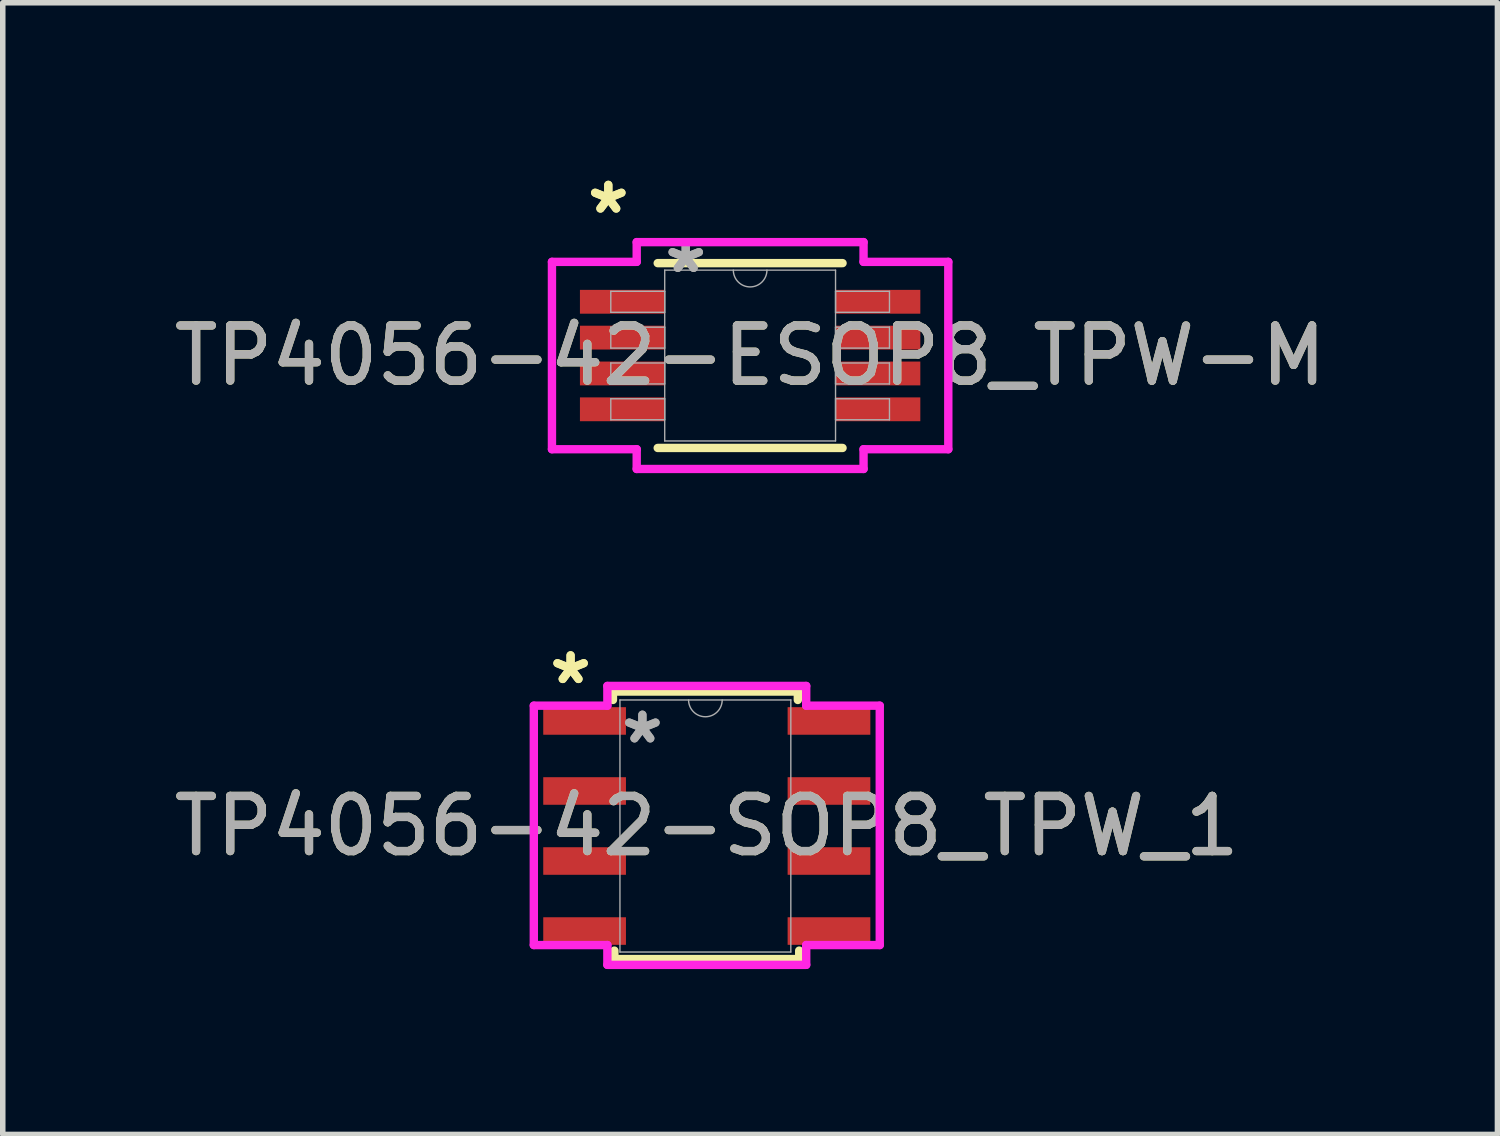
<source format=kicad_pcb>
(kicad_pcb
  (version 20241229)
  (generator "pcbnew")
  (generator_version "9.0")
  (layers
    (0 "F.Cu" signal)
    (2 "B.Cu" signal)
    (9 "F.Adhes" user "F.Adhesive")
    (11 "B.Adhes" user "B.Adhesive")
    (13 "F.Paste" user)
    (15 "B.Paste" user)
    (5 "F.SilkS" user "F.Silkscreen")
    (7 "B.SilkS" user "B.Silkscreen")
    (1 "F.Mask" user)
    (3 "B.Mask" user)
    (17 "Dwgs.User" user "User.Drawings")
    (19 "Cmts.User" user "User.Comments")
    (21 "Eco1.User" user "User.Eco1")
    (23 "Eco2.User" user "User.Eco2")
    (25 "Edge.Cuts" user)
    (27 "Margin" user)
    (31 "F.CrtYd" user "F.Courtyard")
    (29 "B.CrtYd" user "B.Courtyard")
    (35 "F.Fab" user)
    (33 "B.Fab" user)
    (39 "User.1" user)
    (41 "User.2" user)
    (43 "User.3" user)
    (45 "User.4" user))
  (footprint "TP4056-42-SOP8_TPW_1"
    (layer "F.Cu")
    (at 9.768 11.93)
    (property "Reference" "TP4056-42-SOP8_TPW_1" (at 0 0 0) (unlocked yes) (layer "F.SilkS") (effects (font (size 1 1) (thickness 0.15))))
    (attr smd)
    (fp_line (start -1.702 -2.439) (end -1.702 -2.286) (stroke (width 0.152) (type solid)) (layer "F.SilkS"))
    (fp_line (start -1.676 2.26) (end -1.676 2.413) (stroke (width 0.152) (type solid)) (layer "F.SilkS"))
    (fp_line (start -1.676 2.413) (end 1.676 2.413) (stroke (width 0.152) (type solid)) (layer "F.SilkS"))
    (fp_line (start 1.651 -2.439) (end -1.702 -2.439) (stroke (width 0.152) (type solid)) (layer "F.SilkS"))
    (fp_line (start 1.651 -2.286) (end 1.651 -2.439) (stroke (width 0.152) (type solid)) (layer "F.SilkS"))
    (fp_line (start 1.676 2.413) (end 1.676 2.26) (stroke (width 0.152) (type solid)) (layer "F.SilkS"))
    (fp_line (start -3.137 -2.182) (end -1.803 -2.182) (stroke (width 0.152) (type solid)) (layer "F.CrtYd"))
    (fp_line (start -3.137 2.159) (end -3.137 -2.182) (stroke (width 0.152) (type solid)) (layer "F.CrtYd"))
    (fp_line (start -3.137 2.159) (end -1.803 2.159) (stroke (width 0.152) (type solid)) (layer "F.CrtYd"))
    (fp_line (start -1.803 -2.54) (end 1.803 -2.54) (stroke (width 0.152) (type solid)) (layer "F.CrtYd"))
    (fp_line (start -1.803 -2.182) (end -1.803 -2.54) (stroke (width 0.152) (type solid)) (layer "F.CrtYd"))
    (fp_line (start -1.803 2.518) (end -1.803 2.159) (stroke (width 0.152) (type solid)) (layer "F.CrtYd"))
    (fp_line (start 1.803 -2.54) (end 1.803 -2.182) (stroke (width 0.152) (type solid)) (layer "F.CrtYd"))
    (fp_line (start 1.803 2.159) (end 1.803 2.518) (stroke (width 0.152) (type solid)) (layer "F.CrtYd"))
    (fp_line (start 1.803 2.518) (end -1.803 2.518) (stroke (width 0.152) (type solid)) (layer "F.CrtYd"))
    (fp_line (start 3.137 -2.182) (end 1.803 -2.182) (stroke (width 0.152) (type solid)) (layer "F.CrtYd"))
    (fp_line (start 3.137 -2.182) (end 3.137 2.159) (stroke (width 0.152) (type solid)) (layer "F.CrtYd"))
    (fp_line (start 3.137 2.159) (end 1.803 2.159) (stroke (width 0.152) (type solid)) (layer "F.CrtYd"))
    (fp_line (start -1.575 -2.286) (end -1.575 2.286) (stroke (width 0.025) (type solid)) (layer "F.Fab"))
    (fp_line (start -1.575 2.286) (end 1.524 2.286) (stroke (width 0.025) (type solid)) (layer "F.Fab"))
    (fp_line (start 1.524 -2.286) (end -1.575 -2.286) (stroke (width 0.025) (type solid)) (layer "F.Fab"))
    (fp_line (start 1.524 2.286) (end 1.524 -2.286) (stroke (width 0.025) (type solid)) (layer "F.Fab"))
    (fp_arc (start 0.2794 -2.286) (mid -0.0254 -1.9812) (end -0.3302 -2.286) (stroke (width 0.0254) (type solid)) (layer "F.Fab"))
    (fp_text user "*" (at -2.47 -2.55 0) (layer "F.SilkS") (effects (font (size 1 1) (thickness 0.15))))
    (fp_text user "*" (at -2.47 -2.55 0) (unlocked yes) (layer "F.SilkS") (effects (font (size 1 1) (thickness 0.15))))
    (fp_text user "${REFERENCE}" (at 0 0 0) (unlocked yes) (layer "F.Fab") (effects (font (size 1 1) (thickness 0.15))))
    (fp_text user "*" (at -1.168 -1.473 0) (layer "F.Fab") (effects (font (size 1 1) (thickness 0.15))))
    (fp_text user "*" (at -1.168 -1.473 0) (unlocked yes) (layer "F.Fab") (effects (font (size 1 1) (thickness 0.15))))
    (pad "1" smd rect (at -2.216 -1.905) (size 1.5 0.5) (layers "F.Cu" "F.Mask" "F.Paste"))
    (pad "2" smd rect (at -2.216 -0.635) (size 1.5 0.5) (layers "F.Cu" "F.Mask" "F.Paste"))
    (pad "3" smd rect (at -2.216 0.635) (size 1.5 0.5) (layers "F.Cu" "F.Mask" "F.Paste"))
    (pad "4" smd rect (at -2.216 1.905) (size 1.5 0.5) (layers "F.Cu" "F.Mask" "F.Paste"))
    (pad "5" smd rect (at 2.216 1.905) (size 1.5 0.5) (layers "F.Cu" "F.Mask" "F.Paste"))
    (pad "6" smd rect (at 2.216 0.635) (size 1.5 0.5) (layers "F.Cu" "F.Mask" "F.Paste"))
    (pad "7" smd rect (at 2.216 -0.635) (size 1.5 0.5) (layers "F.Cu" "F.Mask" "F.Paste"))
    (pad "8" smd rect (at 2.216 -1.905) (size 1.5 0.5) (layers "F.Cu" "F.Mask" "F.Paste")))
  (footprint "TP4056-42-ESOP8_TPW-M"
    (layer "F.Cu")
    (at 10.554 3.398)
    (property "Reference" "TP4056-42-ESOP8_TPW-M" (at 0 0 0) (unlocked yes) (layer "F.SilkS") (effects (font (size 1 1) (thickness 0.15))))
    (attr smd)
    (fp_line (start -1.676 1.676) (end 1.676 1.676) (stroke (width 0.152) (type solid)) (layer "F.SilkS"))
    (fp_line (start 1.676 -1.676) (end -1.676 -1.676) (stroke (width 0.152) (type solid)) (layer "F.SilkS"))
    (fp_line (start -3.594 -1.699) (end -2.057 -1.699) (stroke (width 0.152) (type solid)) (layer "F.CrtYd"))
    (fp_line (start -3.594 1.699) (end -3.594 -1.699) (stroke (width 0.152) (type solid)) (layer "F.CrtYd"))
    (fp_line (start -3.594 1.699) (end -2.057 1.699) (stroke (width 0.152) (type solid)) (layer "F.CrtYd"))
    (fp_line (start -2.057 -2.057) (end 2.057 -2.057) (stroke (width 0.152) (type solid)) (layer "F.CrtYd"))
    (fp_line (start -2.057 -1.699) (end -2.057 -2.057) (stroke (width 0.152) (type solid)) (layer "F.CrtYd"))
    (fp_line (start -2.057 2.057) (end -2.057 1.699) (stroke (width 0.152) (type solid)) (layer "F.CrtYd"))
    (fp_line (start 2.057 -2.057) (end 2.057 -1.699) (stroke (width 0.152) (type solid)) (layer "F.CrtYd"))
    (fp_line (start 2.057 1.699) (end 2.057 2.057) (stroke (width 0.152) (type solid)) (layer "F.CrtYd"))
    (fp_line (start 2.057 2.057) (end -2.057 2.057) (stroke (width 0.152) (type solid)) (layer "F.CrtYd"))
    (fp_line (start 3.594 -1.699) (end 2.057 -1.699) (stroke (width 0.152) (type solid)) (layer "F.CrtYd"))
    (fp_line (start 3.594 -1.699) (end 3.594 1.699) (stroke (width 0.152) (type solid)) (layer "F.CrtYd"))
    (fp_line (start 3.594 1.699) (end 2.057 1.699) (stroke (width 0.152) (type solid)) (layer "F.CrtYd"))
    (fp_line (start -2.527 -1.165) (end -2.527 -0.784) (stroke (width 0.025) (type solid)) (layer "F.Fab"))
    (fp_line (start -2.527 -0.784) (end -1.549 -0.784) (stroke (width 0.025) (type solid)) (layer "F.Fab"))
    (fp_line (start -2.527 -0.515) (end -2.527 -0.135) (stroke (width 0.025) (type solid)) (layer "F.Fab"))
    (fp_line (start -2.527 -0.135) (end -1.549 -0.135) (stroke (width 0.025) (type solid)) (layer "F.Fab"))
    (fp_line (start -2.527 0.135) (end -2.527 0.515) (stroke (width 0.025) (type solid)) (layer "F.Fab"))
    (fp_line (start -2.527 0.515) (end -1.549 0.515) (stroke (width 0.025) (type solid)) (layer "F.Fab"))
    (fp_line (start -2.527 0.784) (end -2.527 1.165) (stroke (width 0.025) (type solid)) (layer "F.Fab"))
    (fp_line (start -2.527 1.165) (end -1.549 1.165) (stroke (width 0.025) (type solid)) (layer "F.Fab"))
    (fp_line (start -1.549 -1.549) (end -1.549 1.549) (stroke (width 0.025) (type solid)) (layer "F.Fab"))
    (fp_line (start -1.549 -1.165) (end -2.527 -1.165) (stroke (width 0.025) (type solid)) (layer "F.Fab"))
    (fp_line (start -1.549 -0.784) (end -1.549 -1.165) (stroke (width 0.025) (type solid)) (layer "F.Fab"))
    (fp_line (start -1.549 -0.515) (end -2.527 -0.515) (stroke (width 0.025) (type solid)) (layer "F.Fab"))
    (fp_line (start -1.549 -0.135) (end -1.549 -0.515) (stroke (width 0.025) (type solid)) (layer "F.Fab"))
    (fp_line (start -1.549 0.135) (end -2.527 0.135) (stroke (width 0.025) (type solid)) (layer "F.Fab"))
    (fp_line (start -1.549 0.515) (end -1.549 0.135) (stroke (width 0.025) (type solid)) (layer "F.Fab"))
    (fp_line (start -1.549 0.784) (end -2.527 0.784) (stroke (width 0.025) (type solid)) (layer "F.Fab"))
    (fp_line (start -1.549 1.165) (end -1.549 0.784) (stroke (width 0.025) (type solid)) (layer "F.Fab"))
    (fp_line (start -1.549 1.549) (end 1.549 1.549) (stroke (width 0.025) (type solid)) (layer "F.Fab"))
    (fp_line (start 1.549 -1.549) (end -1.549 -1.549) (stroke (width 0.025) (type solid)) (layer "F.Fab"))
    (fp_line (start 1.549 -1.165) (end 1.549 -0.784) (stroke (width 0.025) (type solid)) (layer "F.Fab"))
    (fp_line (start 1.549 -0.784) (end 2.527 -0.784) (stroke (width 0.025) (type solid)) (layer "F.Fab"))
    (fp_line (start 1.549 -0.515) (end 1.549 -0.135) (stroke (width 0.025) (type solid)) (layer "F.Fab"))
    (fp_line (start 1.549 -0.135) (end 2.527 -0.135) (stroke (width 0.025) (type solid)) (layer "F.Fab"))
    (fp_line (start 1.549 0.135) (end 1.549 0.515) (stroke (width 0.025) (type solid)) (layer "F.Fab"))
    (fp_line (start 1.549 0.515) (end 2.527 0.515) (stroke (width 0.025) (type solid)) (layer "F.Fab"))
    (fp_line (start 1.549 0.784) (end 1.549 1.165) (stroke (width 0.025) (type solid)) (layer "F.Fab"))
    (fp_line (start 1.549 1.165) (end 2.527 1.165) (stroke (width 0.025) (type solid)) (layer "F.Fab"))
    (fp_line (start 1.549 1.549) (end 1.549 -1.549) (stroke (width 0.025) (type solid)) (layer "F.Fab"))
    (fp_line (start 2.527 -1.165) (end 1.549 -1.165) (stroke (width 0.025) (type solid)) (layer "F.Fab"))
    (fp_line (start 2.527 -0.784) (end 2.527 -1.165) (stroke (width 0.025) (type solid)) (layer "F.Fab"))
    (fp_line (start 2.527 -0.515) (end 1.549 -0.515) (stroke (width 0.025) (type solid)) (layer "F.Fab"))
    (fp_line (start 2.527 -0.135) (end 2.527 -0.515) (stroke (width 0.025) (type solid)) (layer "F.Fab"))
    (fp_line (start 2.527 0.135) (end 1.549 0.135) (stroke (width 0.025) (type solid)) (layer "F.Fab"))
    (fp_line (start 2.527 0.515) (end 2.527 0.135) (stroke (width 0.025) (type solid)) (layer "F.Fab"))
    (fp_line (start 2.527 0.784) (end 1.549 0.784) (stroke (width 0.025) (type solid)) (layer "F.Fab"))
    (fp_line (start 2.527 1.165) (end 2.527 0.784) (stroke (width 0.025) (type solid)) (layer "F.Fab"))
    (fp_arc (start 0.3048 -1.5494) (mid 0 -1.2446) (end -0.3048 -1.5494) (stroke (width 0.0254) (type solid)) (layer "F.Fab"))
    (fp_text user "*" (at -2.572 -2.55 0) (unlocked yes) (layer "F.SilkS") (effects (font (size 1 1) (thickness 0.15))))
    (fp_text user "*" (at -2.572 -2.55 0) (layer "F.SilkS") (effects (font (size 1 1) (thickness 0.15))))
    (fp_text user "*" (at -1.168 -1.473 0) (unlocked yes) (layer "F.Fab") (effects (font (size 1 1) (thickness 0.15))))
    (fp_text user "${REFERENCE}" (at 0 0 0) (unlocked yes) (layer "F.Fab") (effects (font (size 1 1) (thickness 0.15))))
    (fp_text user "*" (at -1.168 -1.473 0) (layer "F.Fab") (effects (font (size 1 1) (thickness 0.15))))
    (pad "1" smd rect (at -2.318 -0.975) (size 1.537 0.432) (layers "F.Cu" "F.Mask" "F.Paste"))
    (pad "2" smd rect (at -2.318 -0.325) (size 1.537 0.432) (layers "F.Cu" "F.Mask" "F.Paste"))
    (pad "3" smd rect (at -2.318 0.325) (size 1.537 0.432) (layers "F.Cu" "F.Mask" "F.Paste"))
    (pad "4" smd rect (at -2.318 0.975) (size 1.537 0.432) (layers "F.Cu" "F.Mask" "F.Paste"))
    (pad "5" smd rect (at 2.318 0.975) (size 1.537 0.432) (layers "F.Cu" "F.Mask" "F.Paste"))
    (pad "6" smd rect (at 2.318 0.325) (size 1.537 0.432) (layers "F.Cu" "F.Mask" "F.Paste"))
    (pad "7" smd rect (at 2.318 -0.325) (size 1.537 0.432) (layers "F.Cu" "F.Mask" "F.Paste"))
    (pad "8" smd rect (at 2.318 -0.975) (size 1.537 0.432) (layers "F.Cu" "F.Mask" "F.Paste")))
  (gr_rect
    (start -3 -3)
    (end 24.107 17.523)
    (stroke (width 0.1) (type default))
    (fill no)
    (layer "Edge.Cuts")))
</source>
